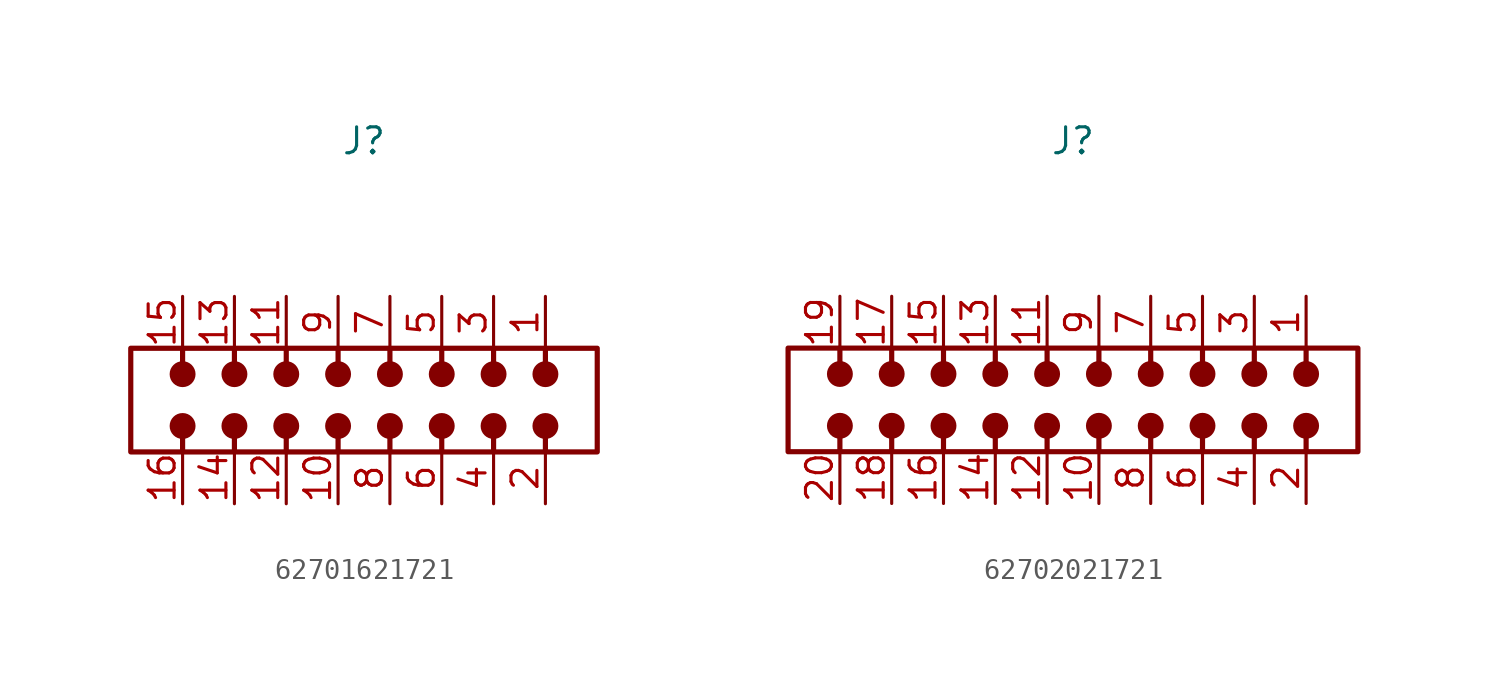
<source format=kicad_sym>
(kicad_symbol_lib
  (version 20241209)
  (generator "kicad_symbol_editor")
  (generator_version "9.0")
  (symbol "62701621721"
    (pin_names
      (hide yes))
    (property "Reference" "J"
      (at 0 12.7 0)
      (effects (font (size 1.27 1.27))))
    (symbol "62701621721_1_1"
      (rectangle (start -11.43 2.54) (end 11.43 -2.54) (stroke (width 0.254) (type solid)) (fill (type none)))
      (polyline (pts (xy -8.89 1.778) (xy -8.89 2.54)) (stroke (width 0.254) (type solid)) (fill (type none)))
      (circle (center -8.89 1.27) (radius 0.508) (stroke (width 0.254) (type solid)) (fill (type outline)))
      (circle (center -8.89 -1.27) (radius 0.508) (stroke (width 0.254) (type solid)) (fill (type outline)))
      (polyline (pts (xy -8.89 -1.778) (xy -8.89 -2.54)) (stroke (width 0.254) (type solid)) (fill (type none)))
      (polyline (pts (xy -6.35 1.778) (xy -6.35 2.54)) (stroke (width 0.254) (type solid)) (fill (type none)))
      (circle (center -6.35 1.27) (radius 0.508) (stroke (width 0.254) (type solid)) (fill (type outline)))
      (circle (center -6.35 -1.27) (radius 0.508) (stroke (width 0.254) (type solid)) (fill (type outline)))
      (polyline (pts (xy -6.35 -1.778) (xy -6.35 -2.54)) (stroke (width 0.254) (type solid)) (fill (type none)))
      (polyline (pts (xy -3.81 1.778) (xy -3.81 2.54)) (stroke (width 0.254) (type solid)) (fill (type none)))
      (circle (center -3.81 1.27) (radius 0.508) (stroke (width 0.254) (type solid)) (fill (type outline)))
      (circle (center -3.81 -1.27) (radius 0.508) (stroke (width 0.254) (type solid)) (fill (type outline)))
      (polyline (pts (xy -3.81 -1.778) (xy -3.81 -2.54)) (stroke (width 0.254) (type solid)) (fill (type none)))
      (polyline (pts (xy -1.27 1.778) (xy -1.27 2.54)) (stroke (width 0.254) (type solid)) (fill (type none)))
      (circle (center -1.27 1.27) (radius 0.508) (stroke (width 0.254) (type solid)) (fill (type outline)))
      (circle (center -1.27 -1.27) (radius 0.508) (stroke (width 0.254) (type solid)) (fill (type outline)))
      (polyline (pts (xy -1.27 -1.778) (xy -1.27 -2.54)) (stroke (width 0.254) (type solid)) (fill (type none)))
      (polyline (pts (xy 1.27 1.778) (xy 1.27 2.54)) (stroke (width 0.254) (type solid)) (fill (type none)))
      (circle (center 1.27 1.27) (radius 0.508) (stroke (width 0.254) (type solid)) (fill (type outline)))
      (circle (center 1.27 -1.27) (radius 0.508) (stroke (width 0.254) (type solid)) (fill (type outline)))
      (polyline (pts (xy 1.27 -1.778) (xy 1.27 -2.54)) (stroke (width 0.254) (type solid)) (fill (type none)))
      (polyline (pts (xy 3.81 1.778) (xy 3.81 2.54)) (stroke (width 0.254) (type solid)) (fill (type none)))
      (circle (center 3.81 1.27) (radius 0.508) (stroke (width 0.254) (type solid)) (fill (type outline)))
      (circle (center 3.81 -1.27) (radius 0.508) (stroke (width 0.254) (type solid)) (fill (type outline)))
      (polyline (pts (xy 3.81 -1.778) (xy 3.81 -2.54)) (stroke (width 0.254) (type solid)) (fill (type none)))
      (polyline (pts (xy 6.35 1.778) (xy 6.35 2.54)) (stroke (width 0.254) (type solid)) (fill (type none)))
      (circle (center 6.35 1.27) (radius 0.508) (stroke (width 0.254) (type solid)) (fill (type outline)))
      (circle (center 6.35 -1.27) (radius 0.508) (stroke (width 0.254) (type solid)) (fill (type outline)))
      (polyline (pts (xy 6.35 -1.778) (xy 6.35 -2.54)) (stroke (width 0.254) (type solid)) (fill (type none)))
      (polyline (pts (xy 8.89 1.778) (xy 8.89 2.54)) (stroke (width 0.254) (type solid)) (fill (type none)))
      (circle (center 8.89 1.27) (radius 0.508) (stroke (width 0.254) (type solid)) (fill (type outline)))
      (circle (center 8.89 -1.27) (radius 0.508) (stroke (width 0.254) (type solid)) (fill (type outline)))
      (polyline (pts (xy 8.89 -1.778) (xy 8.89 -2.54)) (stroke (width 0.254) (type solid)) (fill (type none)))
      (pin passive line (at -8.89 5.08 270) (length 2.54) (name "15" (effects (font (size 1.27 1.27)))) (number "15" (effects (font (size 1.27 1.27)))))
      (pin passive line (at -8.89 -5.08 90) (length 2.54) (name "16" (effects (font (size 1.27 1.27)))) (number "16" (effects (font (size 1.27 1.27)))))
      (pin passive line (at -6.35 5.08 270) (length 2.54) (name "13" (effects (font (size 1.27 1.27)))) (number "13" (effects (font (size 1.27 1.27)))))
      (pin passive line (at -6.35 -5.08 90) (length 2.54) (name "14" (effects (font (size 1.27 1.27)))) (number "14" (effects (font (size 1.27 1.27)))))
      (pin passive line (at -3.81 5.08 270) (length 2.54) (name "11" (effects (font (size 1.27 1.27)))) (number "11" (effects (font (size 1.27 1.27)))))
      (pin passive line (at -3.81 -5.08 90) (length 2.54) (name "12" (effects (font (size 1.27 1.27)))) (number "12" (effects (font (size 1.27 1.27)))))
      (pin passive line (at -1.27 5.08 270) (length 2.54) (name "9" (effects (font (size 1.27 1.27)))) (number "9" (effects (font (size 1.27 1.27)))))
      (pin passive line (at -1.27 -5.08 90) (length 2.54) (name "10" (effects (font (size 1.27 1.27)))) (number "10" (effects (font (size 1.27 1.27)))))
      (pin passive line (at 1.27 5.08 270) (length 2.54) (name "7" (effects (font (size 1.27 1.27)))) (number "7" (effects (font (size 1.27 1.27)))))
      (pin passive line (at 1.27 -5.08 90) (length 2.54) (name "8" (effects (font (size 1.27 1.27)))) (number "8" (effects (font (size 1.27 1.27)))))
      (pin passive line (at 3.81 5.08 270) (length 2.54) (name "5" (effects (font (size 1.27 1.27)))) (number "5" (effects (font (size 1.27 1.27)))))
      (pin passive line (at 3.81 -5.08 90) (length 2.54) (name "6" (effects (font (size 1.27 1.27)))) (number "6" (effects (font (size 1.27 1.27)))))
      (pin passive line (at 6.35 5.08 270) (length 2.54) (name "3" (effects (font (size 1.27 1.27)))) (number "3" (effects (font (size 1.27 1.27)))))
      (pin passive line (at 6.35 -5.08 90) (length 2.54) (name "4" (effects (font (size 1.27 1.27)))) (number "4" (effects (font (size 1.27 1.27)))))
      (pin passive line (at 8.89 5.08 270) (length 2.54) (name "1" (effects (font (size 1.27 1.27)))) (number "1" (effects (font (size 1.27 1.27)))))
      (pin passive line (at 8.89 -5.08 90) (length 2.54) (name "2" (effects (font (size 1.27 1.27)))) (number "2" (effects (font (size 1.27 1.27)))))))
  (symbol "62702021721"
    (pin_names
      (hide yes))
    (property "Reference" "J"
      (at 0 12.7 0)
      (effects (font (size 1.27 1.27))))
    (symbol "62702021721_1_1"
      (rectangle (start -13.97 2.54) (end 13.97 -2.54) (stroke (width 0.254) (type solid)) (fill (type none)))
      (polyline (pts (xy -11.43 1.778) (xy -11.43 2.54)) (stroke (width 0.254) (type solid)) (fill (type none)))
      (circle (center -11.43 1.27) (radius 0.508) (stroke (width 0.254) (type solid)) (fill (type outline)))
      (circle (center -11.43 -1.27) (radius 0.508) (stroke (width 0.254) (type solid)) (fill (type outline)))
      (polyline (pts (xy -11.43 -1.778) (xy -11.43 -2.54)) (stroke (width 0.254) (type solid)) (fill (type none)))
      (polyline (pts (xy -8.89 1.778) (xy -8.89 2.54)) (stroke (width 0.254) (type solid)) (fill (type none)))
      (circle (center -8.89 1.27) (radius 0.508) (stroke (width 0.254) (type solid)) (fill (type outline)))
      (circle (center -8.89 -1.27) (radius 0.508) (stroke (width 0.254) (type solid)) (fill (type outline)))
      (polyline (pts (xy -8.89 -1.778) (xy -8.89 -2.54)) (stroke (width 0.254) (type solid)) (fill (type none)))
      (polyline (pts (xy -6.35 1.778) (xy -6.35 2.54)) (stroke (width 0.254) (type solid)) (fill (type none)))
      (circle (center -6.35 1.27) (radius 0.508) (stroke (width 0.254) (type solid)) (fill (type outline)))
      (circle (center -6.35 -1.27) (radius 0.508) (stroke (width 0.254) (type solid)) (fill (type outline)))
      (polyline (pts (xy -6.35 -1.778) (xy -6.35 -2.54)) (stroke (width 0.254) (type solid)) (fill (type none)))
      (polyline (pts (xy -3.81 1.778) (xy -3.81 2.54)) (stroke (width 0.254) (type solid)) (fill (type none)))
      (circle (center -3.81 1.27) (radius 0.508) (stroke (width 0.254) (type solid)) (fill (type outline)))
      (circle (center -3.81 -1.27) (radius 0.508) (stroke (width 0.254) (type solid)) (fill (type outline)))
      (polyline (pts (xy -3.81 -1.778) (xy -3.81 -2.54)) (stroke (width 0.254) (type solid)) (fill (type none)))
      (polyline (pts (xy -1.27 1.778) (xy -1.27 2.54)) (stroke (width 0.254) (type solid)) (fill (type none)))
      (circle (center -1.27 1.27) (radius 0.508) (stroke (width 0.254) (type solid)) (fill (type outline)))
      (circle (center -1.27 -1.27) (radius 0.508) (stroke (width 0.254) (type solid)) (fill (type outline)))
      (polyline (pts (xy -1.27 -1.778) (xy -1.27 -2.54)) (stroke (width 0.254) (type solid)) (fill (type none)))
      (polyline (pts (xy 1.27 1.778) (xy 1.27 2.54)) (stroke (width 0.254) (type solid)) (fill (type none)))
      (circle (center 1.27 1.27) (radius 0.508) (stroke (width 0.254) (type solid)) (fill (type outline)))
      (circle (center 1.27 -1.27) (radius 0.508) (stroke (width 0.254) (type solid)) (fill (type outline)))
      (polyline (pts (xy 1.27 -1.778) (xy 1.27 -2.54)) (stroke (width 0.254) (type solid)) (fill (type none)))
      (polyline (pts (xy 3.81 1.778) (xy 3.81 2.54)) (stroke (width 0.254) (type solid)) (fill (type none)))
      (circle (center 3.81 1.27) (radius 0.508) (stroke (width 0.254) (type solid)) (fill (type outline)))
      (circle (center 3.81 -1.27) (radius 0.508) (stroke (width 0.254) (type solid)) (fill (type outline)))
      (polyline (pts (xy 3.81 -1.778) (xy 3.81 -2.54)) (stroke (width 0.254) (type solid)) (fill (type none)))
      (polyline (pts (xy 6.35 1.778) (xy 6.35 2.54)) (stroke (width 0.254) (type solid)) (fill (type none)))
      (circle (center 6.35 1.27) (radius 0.508) (stroke (width 0.254) (type solid)) (fill (type outline)))
      (circle (center 6.35 -1.27) (radius 0.508) (stroke (width 0.254) (type solid)) (fill (type outline)))
      (polyline (pts (xy 6.35 -1.778) (xy 6.35 -2.54)) (stroke (width 0.254) (type solid)) (fill (type none)))
      (polyline (pts (xy 8.89 1.778) (xy 8.89 2.54)) (stroke (width 0.254) (type solid)) (fill (type none)))
      (circle (center 8.89 1.27) (radius 0.508) (stroke (width 0.254) (type solid)) (fill (type outline)))
      (circle (center 8.89 -1.27) (radius 0.508) (stroke (width 0.254) (type solid)) (fill (type outline)))
      (polyline (pts (xy 8.89 -1.778) (xy 8.89 -2.54)) (stroke (width 0.254) (type solid)) (fill (type none)))
      (polyline (pts (xy 11.43 1.778) (xy 11.43 2.54)) (stroke (width 0.254) (type solid)) (fill (type none)))
      (circle (center 11.43 1.27) (radius 0.508) (stroke (width 0.254) (type solid)) (fill (type outline)))
      (circle (center 11.43 -1.27) (radius 0.508) (stroke (width 0.254) (type solid)) (fill (type outline)))
      (polyline (pts (xy 11.43 -1.778) (xy 11.43 -2.54)) (stroke (width 0.254) (type solid)) (fill (type none)))
      (pin passive line (at -11.43 5.08 270) (length 2.54) (name "19" (effects (font (size 1.27 1.27)))) (number "19" (effects (font (size 1.27 1.27)))))
      (pin passive line (at -11.43 -5.08 90) (length 2.54) (name "20" (effects (font (size 1.27 1.27)))) (number "20" (effects (font (size 1.27 1.27)))))
      (pin passive line (at -8.89 5.08 270) (length 2.54) (name "17" (effects (font (size 1.27 1.27)))) (number "17" (effects (font (size 1.27 1.27)))))
      (pin passive line (at -8.89 -5.08 90) (length 2.54) (name "18" (effects (font (size 1.27 1.27)))) (number "18" (effects (font (size 1.27 1.27)))))
      (pin passive line (at -6.35 5.08 270) (length 2.54) (name "15" (effects (font (size 1.27 1.27)))) (number "15" (effects (font (size 1.27 1.27)))))
      (pin passive line (at -6.35 -5.08 90) (length 2.54) (name "16" (effects (font (size 1.27 1.27)))) (number "16" (effects (font (size 1.27 1.27)))))
      (pin passive line (at -3.81 5.08 270) (length 2.54) (name "13" (effects (font (size 1.27 1.27)))) (number "13" (effects (font (size 1.27 1.27)))))
      (pin passive line (at -3.81 -5.08 90) (length 2.54) (name "14" (effects (font (size 1.27 1.27)))) (number "14" (effects (font (size 1.27 1.27)))))
      (pin passive line (at -1.27 5.08 270) (length 2.54) (name "11" (effects (font (size 1.27 1.27)))) (number "11" (effects (font (size 1.27 1.27)))))
      (pin passive line (at -1.27 -5.08 90) (length 2.54) (name "12" (effects (font (size 1.27 1.27)))) (number "12" (effects (font (size 1.27 1.27)))))
      (pin passive line (at 1.27 5.08 270) (length 2.54) (name "9" (effects (font (size 1.27 1.27)))) (number "9" (effects (font (size 1.27 1.27)))))
      (pin passive line (at 1.27 -5.08 90) (length 2.54) (name "10" (effects (font (size 1.27 1.27)))) (number "10" (effects (font (size 1.27 1.27)))))
      (pin passive line (at 3.81 5.08 270) (length 2.54) (name "7" (effects (font (size 1.27 1.27)))) (number "7" (effects (font (size 1.27 1.27)))))
      (pin passive line (at 3.81 -5.08 90) (length 2.54) (name "8" (effects (font (size 1.27 1.27)))) (number "8" (effects (font (size 1.27 1.27)))))
      (pin passive line (at 6.35 5.08 270) (length 2.54) (name "5" (effects (font (size 1.27 1.27)))) (number "5" (effects (font (size 1.27 1.27)))))
      (pin passive line (at 6.35 -5.08 90) (length 2.54) (name "6" (effects (font (size 1.27 1.27)))) (number "6" (effects (font (size 1.27 1.27)))))
      (pin passive line (at 8.89 5.08 270) (length 2.54) (name "3" (effects (font (size 1.27 1.27)))) (number "3" (effects (font (size 1.27 1.27)))))
      (pin passive line (at 8.89 -5.08 90) (length 2.54) (name "4" (effects (font (size 1.27 1.27)))) (number "4" (effects (font (size 1.27 1.27)))))
      (pin passive line (at 11.43 5.08 270) (length 2.54) (name "1" (effects (font (size 1.27 1.27)))) (number "1" (effects (font (size 1.27 1.27)))))
      (pin passive line (at 11.43 -5.08 90) (length 2.54) (name "2" (effects (font (size 1.27 1.27)))) (number "2" (effects (font (size 1.27 1.27))))))))
</source>
